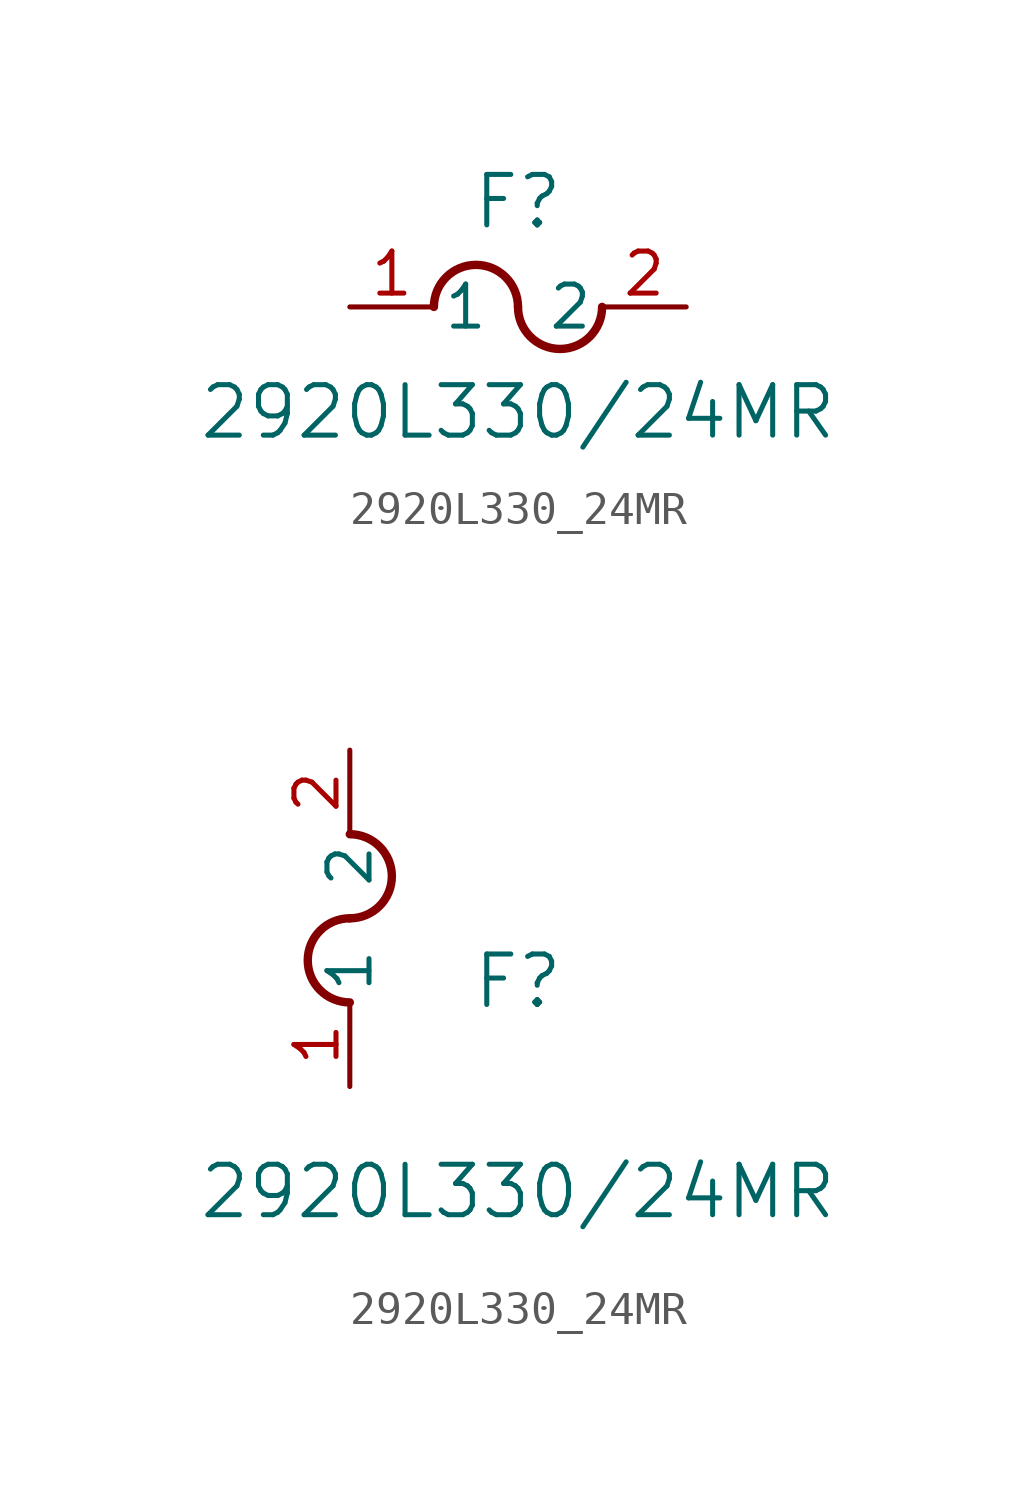
<source format=kicad_sym>
(kicad_symbol_lib
  (version 20211014)
  (generator kicad_symbol_editor)
  (symbol "2920L330_24MR"
    (pin_names
      (offset 0.254))
    (property "Reference" "F"
      (at 5.08 3.175 0)
      (effects (font (size 1.524 1.524))))
    (property "Value" "2920L330/24MR"
      (at 5.08 -3.175 0)
      (effects (font (size 1.524 1.524))))
    (symbol "2920L330_24MR_1_1"
      (arc (start 5.08 0) (mid 3.81 1.27) (end 2.54 0) (stroke (width 0.254) (type default) (color 0 0 0 0)) (fill (type none)))
      (arc (start 5.08 0) (mid 6.35 -1.27) (end 7.62 0) (stroke (width 0.254) (type default) (color 0 0 0 0)) (fill (type none)))
      (pin unspecified line (at 0 0 0) (length 2.54) (name "1" (effects (font (size 1.27 1.27)))) (number "1" (effects (font (size 1.27 1.27)))))
      (pin unspecified line (at 10.16 0 180) (length 2.54) (name "2" (effects (font (size 1.27 1.27)))) (number "2" (effects (font (size 1.27 1.27))))))
    (symbol "2920L330_24MR_1_2"
      (arc (start 0 5.08) (mid -1.27 3.81) (end 0 2.54) (stroke (width 0.254) (type default) (color 0 0 0 0)) (fill (type none)))
      (arc (start 0 5.08) (mid 1.27 6.35) (end 0 7.62) (stroke (width 0.254) (type default) (color 0 0 0 0)) (fill (type none)))
      (pin unspecified line (at 0 0 90) (length 2.54) (name "1" (effects (font (size 1.27 1.27)))) (number "1" (effects (font (size 1.27 1.27)))))
      (pin unspecified line (at 0 10.16 270) (length 2.54) (name "2" (effects (font (size 1.27 1.27)))) (number "2" (effects (font (size 1.27 1.27))))))))
</source>
